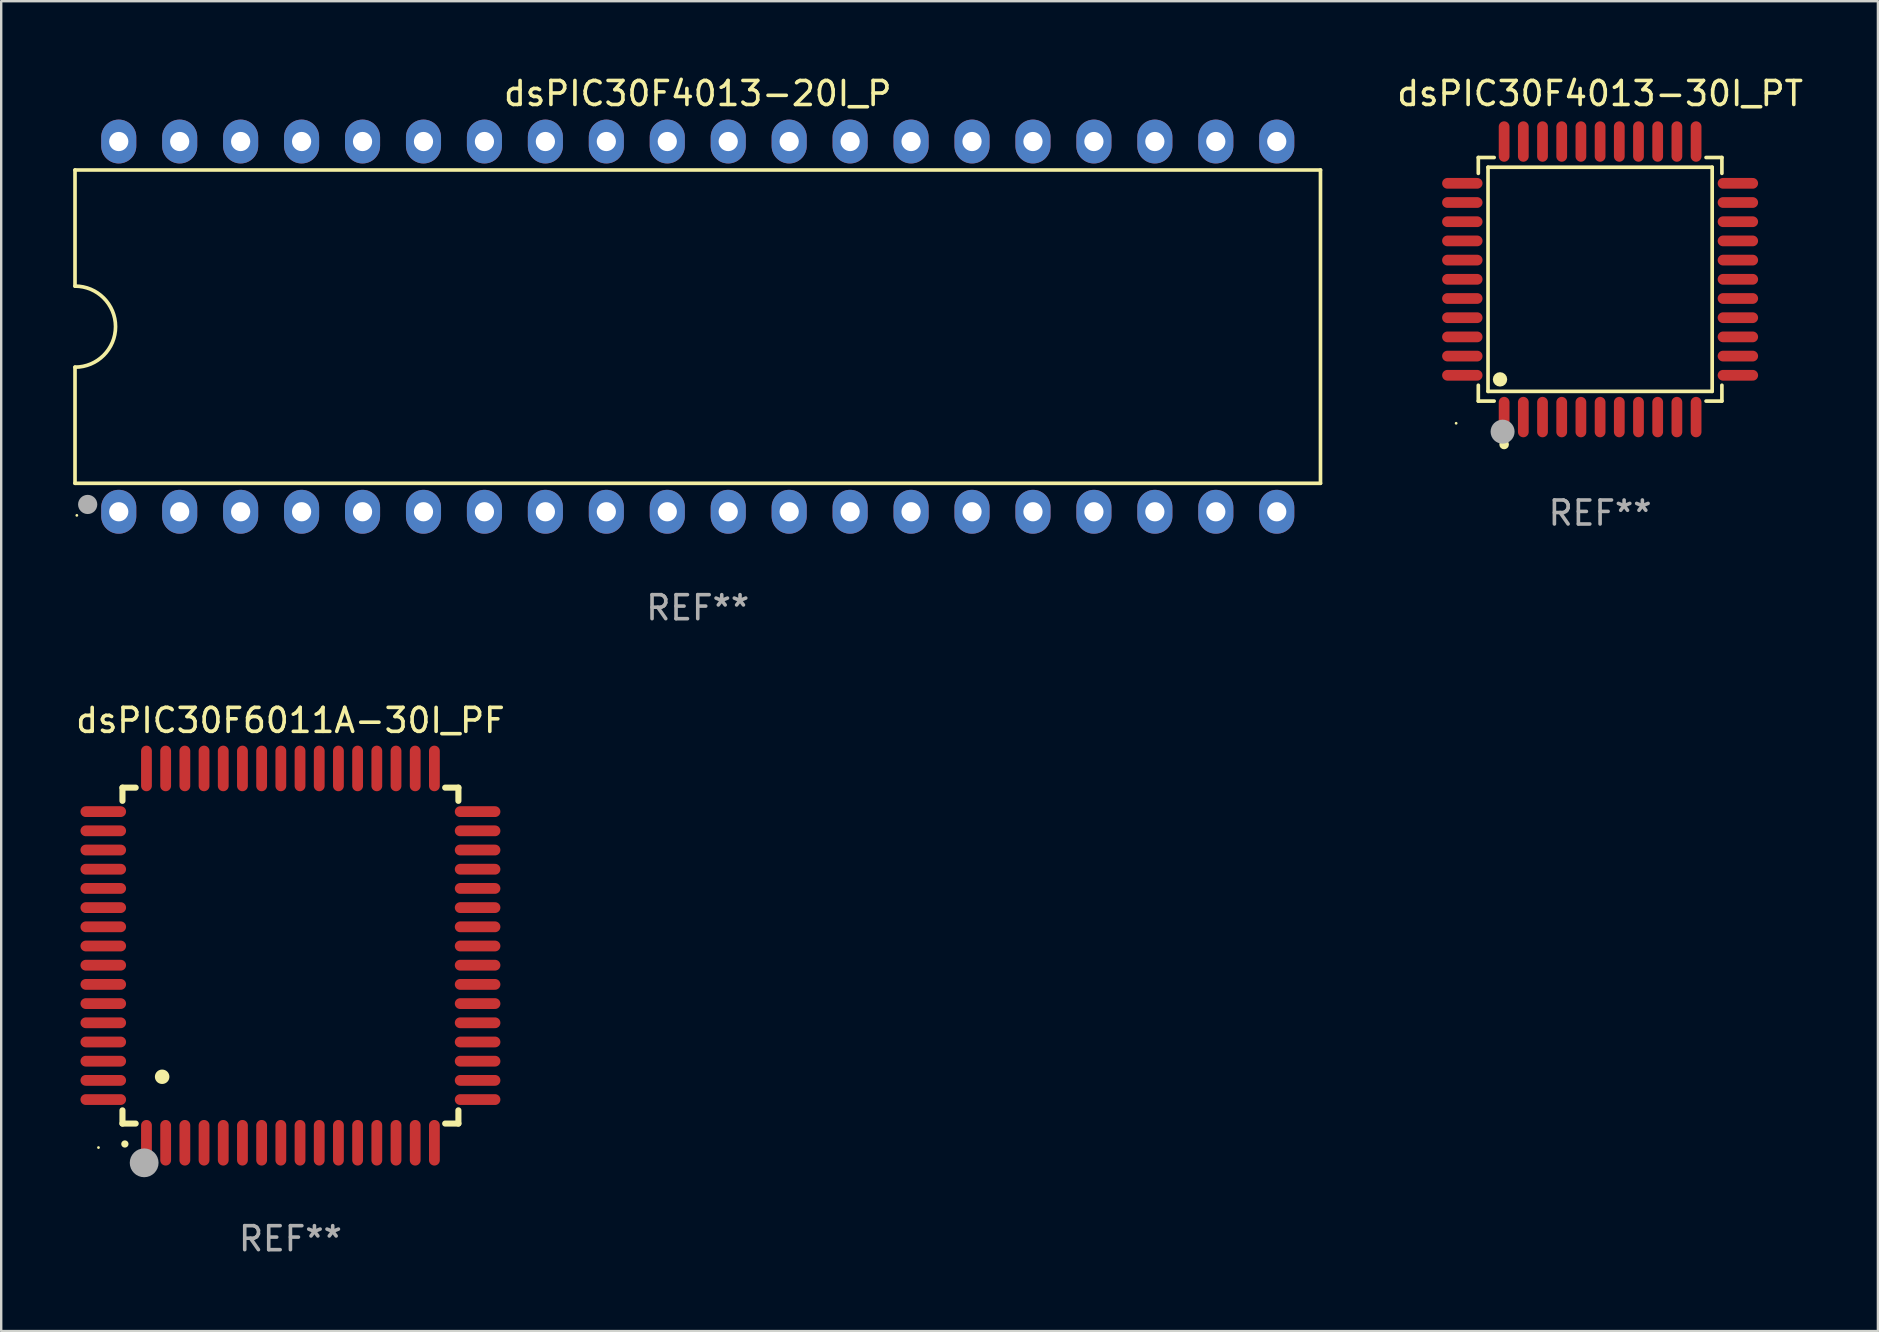
<source format=kicad_pcb>
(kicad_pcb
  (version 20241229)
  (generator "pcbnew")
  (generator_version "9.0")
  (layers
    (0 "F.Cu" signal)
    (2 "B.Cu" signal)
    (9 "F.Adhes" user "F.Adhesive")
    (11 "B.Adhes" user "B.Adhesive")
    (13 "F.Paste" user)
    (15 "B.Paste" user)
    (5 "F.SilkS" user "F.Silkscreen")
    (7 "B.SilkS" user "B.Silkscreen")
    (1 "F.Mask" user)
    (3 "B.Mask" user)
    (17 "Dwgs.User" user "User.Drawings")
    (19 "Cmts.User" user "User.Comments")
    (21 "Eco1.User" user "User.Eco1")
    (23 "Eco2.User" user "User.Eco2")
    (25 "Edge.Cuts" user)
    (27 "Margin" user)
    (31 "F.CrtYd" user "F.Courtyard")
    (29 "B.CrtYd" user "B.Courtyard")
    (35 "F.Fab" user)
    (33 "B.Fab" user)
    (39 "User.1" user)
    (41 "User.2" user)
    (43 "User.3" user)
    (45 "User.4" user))
  (footprint "dsPIC30F4013-20I_P"
    (layer "F.Cu")
    (at 26.029 10.563)
    (property "Reference" "dsPIC30F4013-20I_P" (at 0 -9.715 0) (layer "F.SilkS") (effects (font (size 1 1) (thickness 0.15))))
    (attr through_hole)
    (fp_line (start -25.953 -6.528) (end -25.953 -1.689) (stroke (width 0.152) (type solid)) (layer "F.SilkS"))
    (fp_line (start -25.953 1.689) (end -25.953 6.528) (stroke (width 0.152) (type solid)) (layer "F.SilkS"))
    (fp_line (start -25.953 6.528) (end 25.953 6.528) (stroke (width 0.152) (type solid)) (layer "F.SilkS"))
    (fp_line (start 25.953 -6.528) (end -25.953 -6.528) (stroke (width 0.152) (type solid)) (layer "F.SilkS"))
    (fp_line (start 25.953 6.528) (end 25.953 -6.528) (stroke (width 0.152) (type solid)) (layer "F.SilkS"))
    (fp_arc (start -25.9527 -1.689126) (mid -24.263574 0) (end -25.9527 1.689126) (stroke (width 0.1524) (type solid)) (layer "F.SilkS"))
    (fp_circle (center -25.877 7.865) (end -25.847 7.865) (stroke (width 0.06) (type solid)) (fill no) (layer "F.SilkS"))
    (fp_circle (center -25.435 7.41) (end -25.245 7.41) (stroke (width 0.15) (type solid)) (fill no) (layer "F.SilkS"))
    (fp_circle (center -25.425 7.41) (end -25.225 7.41) (stroke (width 0.4) (type solid)) (fill no) (layer "F.Fab"))
    (fp_text user "REF**" (at 0 11.715 0) (layer "F.Fab") (effects (font (size 1 1) (thickness 0.15))))
    (pad "1" thru_hole oval (at -24.13 7.715) (size 1.462 1.828) (drill 0.8) (layers "*.Cu" "*.Mask"))
    (pad "2" thru_hole oval (at -21.59 7.715) (size 1.462 1.828) (drill 0.8) (layers "*.Cu" "*.Mask"))
    (pad "3" thru_hole oval (at -19.05 7.715) (size 1.462 1.828) (drill 0.8) (layers "*.Cu" "*.Mask"))
    (pad "4" thru_hole oval (at -16.51 7.715) (size 1.462 1.828) (drill 0.8) (layers "*.Cu" "*.Mask"))
    (pad "5" thru_hole oval (at -13.97 7.715) (size 1.462 1.828) (drill 0.8) (layers "*.Cu" "*.Mask"))
    (pad "6" thru_hole oval (at -11.43 7.715) (size 1.462 1.828) (drill 0.8) (layers "*.Cu" "*.Mask"))
    (pad "7" thru_hole oval (at -8.89 7.715) (size 1.462 1.828) (drill 0.8) (layers "*.Cu" "*.Mask"))
    (pad "8" thru_hole oval (at -6.35 7.715) (size 1.462 1.828) (drill 0.8) (layers "*.Cu" "*.Mask"))
    (pad "9" thru_hole oval (at -3.81 7.715) (size 1.462 1.828) (drill 0.8) (layers "*.Cu" "*.Mask"))
    (pad "10" thru_hole oval (at -1.27 7.715) (size 1.462 1.828) (drill 0.8) (layers "*.Cu" "*.Mask"))
    (pad "11" thru_hole oval (at 1.27 7.715) (size 1.462 1.828) (drill 0.8) (layers "*.Cu" "*.Mask"))
    (pad "12" thru_hole oval (at 3.81 7.715) (size 1.462 1.828) (drill 0.8) (layers "*.Cu" "*.Mask"))
    (pad "13" thru_hole oval (at 6.35 7.715) (size 1.462 1.828) (drill 0.8) (layers "*.Cu" "*.Mask"))
    (pad "14" thru_hole oval (at 8.89 7.715) (size 1.462 1.828) (drill 0.8) (layers "*.Cu" "*.Mask"))
    (pad "15" thru_hole oval (at 11.43 7.715) (size 1.462 1.828) (drill 0.8) (layers "*.Cu" "*.Mask"))
    (pad "16" thru_hole oval (at 13.97 7.715) (size 1.462 1.828) (drill 0.8) (layers "*.Cu" "*.Mask"))
    (pad "17" thru_hole oval (at 16.51 7.715) (size 1.462 1.828) (drill 0.8) (layers "*.Cu" "*.Mask"))
    (pad "18" thru_hole oval (at 19.05 7.715) (size 1.462 1.828) (drill 0.8) (layers "*.Cu" "*.Mask"))
    (pad "19" thru_hole oval (at 21.59 7.715) (size 1.462 1.828) (drill 0.8) (layers "*.Cu" "*.Mask"))
    (pad "20" thru_hole oval (at 24.13 7.715) (size 1.462 1.828) (drill 0.8) (layers "*.Cu" "*.Mask"))
    (pad "21" thru_hole oval (at 24.13 -7.715) (size 1.462 1.828) (drill 0.8) (layers "*.Cu" "*.Mask"))
    (pad "22" thru_hole oval (at 21.59 -7.715) (size 1.462 1.828) (drill 0.8) (layers "*.Cu" "*.Mask"))
    (pad "23" thru_hole oval (at 19.05 -7.715) (size 1.462 1.828) (drill 0.8) (layers "*.Cu" "*.Mask"))
    (pad "24" thru_hole oval (at 16.51 -7.715) (size 1.462 1.828) (drill 0.8) (layers "*.Cu" "*.Mask"))
    (pad "25" thru_hole oval (at 13.97 -7.715) (size 1.462 1.828) (drill 0.8) (layers "*.Cu" "*.Mask"))
    (pad "26" thru_hole oval (at 11.43 -7.715) (size 1.462 1.828) (drill 0.8) (layers "*.Cu" "*.Mask"))
    (pad "27" thru_hole oval (at 8.89 -7.715) (size 1.462 1.828) (drill 0.8) (layers "*.Cu" "*.Mask"))
    (pad "28" thru_hole oval (at 6.35 -7.715) (size 1.462 1.828) (drill 0.8) (layers "*.Cu" "*.Mask"))
    (pad "29" thru_hole oval (at 3.81 -7.715) (size 1.462 1.828) (drill 0.8) (layers "*.Cu" "*.Mask"))
    (pad "30" thru_hole oval (at 1.27 -7.715) (size 1.462 1.828) (drill 0.8) (layers "*.Cu" "*.Mask"))
    (pad "31" thru_hole oval (at -1.27 -7.715) (size 1.462 1.828) (drill 0.8) (layers "*.Cu" "*.Mask"))
    (pad "32" thru_hole oval (at -3.81 -7.715) (size 1.462 1.828) (drill 0.8) (layers "*.Cu" "*.Mask"))
    (pad "33" thru_hole oval (at -6.35 -7.715) (size 1.462 1.828) (drill 0.8) (layers "*.Cu" "*.Mask"))
    (pad "34" thru_hole oval (at -8.89 -7.715) (size 1.462 1.828) (drill 0.8) (layers "*.Cu" "*.Mask"))
    (pad "35" thru_hole oval (at -11.43 -7.715) (size 1.462 1.828) (drill 0.8) (layers "*.Cu" "*.Mask"))
    (pad "36" thru_hole oval (at -13.97 -7.715) (size 1.462 1.828) (drill 0.8) (layers "*.Cu" "*.Mask"))
    (pad "37" thru_hole oval (at -16.51 -7.715) (size 1.462 1.828) (drill 0.8) (layers "*.Cu" "*.Mask"))
    (pad "38" thru_hole oval (at -19.05 -7.715) (size 1.462 1.828) (drill 0.8) (layers "*.Cu" "*.Mask"))
    (pad "39" thru_hole oval (at -21.59 -7.715) (size 1.462 1.828) (drill 0.8) (layers "*.Cu" "*.Mask"))
    (pad "40" thru_hole oval (at -24.13 -7.715) (size 1.462 1.828) (drill 0.8) (layers "*.Cu" "*.Mask")))
  (footprint "dsPIC30F6011A-30I_PF"
    (layer "F.Cu")
    (at 9.054 36.775)
    (property "Reference" "dsPIC30F6011A-30I_PF" (at 0 -9.8 0) (layer "F.SilkS") (effects (font (size 1 1) (thickness 0.15))))
    (attr through_hole)
    (fp_line (start -7 -7) (end -6.449 -7) (stroke (width 0.254) (type solid)) (layer "F.SilkS"))
    (fp_line (start -7 -6.449) (end -7 -7) (stroke (width 0.254) (type solid)) (layer "F.SilkS"))
    (fp_line (start -7 7) (end -7 6.449) (stroke (width 0.254) (type solid)) (layer "F.SilkS"))
    (fp_line (start -6.449 7) (end -7 7) (stroke (width 0.254) (type solid)) (layer "F.SilkS"))
    (fp_line (start 6.449 -7) (end 7 -7) (stroke (width 0.254) (type solid)) (layer "F.SilkS"))
    (fp_line (start 7 -7) (end 7 -6.449) (stroke (width 0.254) (type solid)) (layer "F.SilkS"))
    (fp_line (start 7 6.449) (end 7 7) (stroke (width 0.254) (type solid)) (layer "F.SilkS"))
    (fp_line (start 7 7) (end 6.449 7) (stroke (width 0.254) (type solid)) (layer "F.SilkS"))
    (fp_arc (start -6.901143 7.851207) (mid -6.899873 7.851202) (end -6.898603 7.851207) (stroke (width 0.3) (type solid)) (layer "F.SilkS"))
    (fp_arc (start -5.3492 5.049581) (mid -5.34666 5.04957) (end -5.34412 5.049581) (stroke (width 0.6) (type solid)) (layer "F.SilkS"))
    (fp_circle (center -8 8) (end -7.97 8) (stroke (width 0.06) (type solid)) (fill no) (layer "F.SilkS"))
    (fp_circle (center -6.096 8.636) (end -5.796 8.636) (stroke (width 0.6) (type solid)) (fill no) (layer "F.Fab"))
    (fp_text user "REF**" (at 0 11.8 0) (layer "F.Fab") (effects (font (size 1 1) (thickness 0.15))))
    (pad "1" smd oval (at -6 7.8 90) (size 1.9 0.45) (layers "F.Cu" "F.Mask" "F.Paste"))
    (pad "2" smd oval (at -5.2 7.8 90) (size 1.9 0.45) (layers "F.Cu" "F.Mask" "F.Paste"))
    (pad "3" smd oval (at -4.4 7.8 90) (size 1.9 0.45) (layers "F.Cu" "F.Mask" "F.Paste"))
    (pad "4" smd oval (at -3.6 7.8 90) (size 1.9 0.45) (layers "F.Cu" "F.Mask" "F.Paste"))
    (pad "5" smd oval (at -2.8 7.8 90) (size 1.9 0.45) (layers "F.Cu" "F.Mask" "F.Paste"))
    (pad "6" smd oval (at -2 7.8 90) (size 1.9 0.45) (layers "F.Cu" "F.Mask" "F.Paste"))
    (pad "7" smd oval (at -1.2 7.8 90) (size 1.9 0.45) (layers "F.Cu" "F.Mask" "F.Paste"))
    (pad "8" smd oval (at -0.4 7.8 90) (size 1.9 0.45) (layers "F.Cu" "F.Mask" "F.Paste"))
    (pad "9" smd oval (at 0.4 7.8 90) (size 1.9 0.45) (layers "F.Cu" "F.Mask" "F.Paste"))
    (pad "10" smd oval (at 1.2 7.8 90) (size 1.9 0.45) (layers "F.Cu" "F.Mask" "F.Paste"))
    (pad "11" smd oval (at 2 7.8 90) (size 1.9 0.45) (layers "F.Cu" "F.Mask" "F.Paste"))
    (pad "12" smd oval (at 2.8 7.8 90) (size 1.9 0.45) (layers "F.Cu" "F.Mask" "F.Paste"))
    (pad "13" smd oval (at 3.6 7.8 90) (size 1.9 0.45) (layers "F.Cu" "F.Mask" "F.Paste"))
    (pad "14" smd oval (at 4.4 7.8 90) (size 1.9 0.45) (layers "F.Cu" "F.Mask" "F.Paste"))
    (pad "15" smd oval (at 5.2 7.8 90) (size 1.9 0.45) (layers "F.Cu" "F.Mask" "F.Paste"))
    (pad "16" smd oval (at 6 7.8 90) (size 1.9 0.45) (layers "F.Cu" "F.Mask" "F.Paste"))
    (pad "17" smd oval (at 7.8 6 90) (size 0.45 1.9) (layers "F.Cu" "F.Mask" "F.Paste"))
    (pad "18" smd oval (at 7.8 5.2 90) (size 0.45 1.9) (layers "F.Cu" "F.Mask" "F.Paste"))
    (pad "19" smd oval (at 7.8 4.4 90) (size 0.45 1.9) (layers "F.Cu" "F.Mask" "F.Paste"))
    (pad "20" smd oval (at 7.8 3.6 90) (size 0.45 1.9) (layers "F.Cu" "F.Mask" "F.Paste"))
    (pad "21" smd oval (at 7.8 2.8 90) (size 0.45 1.9) (layers "F.Cu" "F.Mask" "F.Paste"))
    (pad "22" smd oval (at 7.8 2 90) (size 0.45 1.9) (layers "F.Cu" "F.Mask" "F.Paste"))
    (pad "23" smd oval (at 7.8 1.2 90) (size 0.45 1.9) (layers "F.Cu" "F.Mask" "F.Paste"))
    (pad "24" smd oval (at 7.8 0.4 90) (size 0.45 1.9) (layers "F.Cu" "F.Mask" "F.Paste"))
    (pad "25" smd oval (at 7.8 -0.4 90) (size 0.45 1.9) (layers "F.Cu" "F.Mask" "F.Paste"))
    (pad "26" smd oval (at 7.8 -1.2 90) (size 0.45 1.9) (layers "F.Cu" "F.Mask" "F.Paste"))
    (pad "27" smd oval (at 7.8 -2 90) (size 0.45 1.9) (layers "F.Cu" "F.Mask" "F.Paste"))
    (pad "28" smd oval (at 7.8 -2.8 90) (size 0.45 1.9) (layers "F.Cu" "F.Mask" "F.Paste"))
    (pad "29" smd oval (at 7.8 -3.6 90) (size 0.45 1.9) (layers "F.Cu" "F.Mask" "F.Paste"))
    (pad "30" smd oval (at 7.8 -4.4 90) (size 0.45 1.9) (layers "F.Cu" "F.Mask" "F.Paste"))
    (pad "31" smd oval (at 7.8 -5.2 90) (size 0.45 1.9) (layers "F.Cu" "F.Mask" "F.Paste"))
    (pad "32" smd oval (at 7.8 -6 90) (size 0.45 1.9) (layers "F.Cu" "F.Mask" "F.Paste"))
    (pad "33" smd oval (at 6 -7.8 90) (size 1.9 0.45) (layers "F.Cu" "F.Mask" "F.Paste"))
    (pad "34" smd oval (at 5.2 -7.8 90) (size 1.9 0.45) (layers "F.Cu" "F.Mask" "F.Paste"))
    (pad "35" smd oval (at 4.4 -7.8 90) (size 1.9 0.45) (layers "F.Cu" "F.Mask" "F.Paste"))
    (pad "36" smd oval (at 3.6 -7.8 90) (size 1.9 0.45) (layers "F.Cu" "F.Mask" "F.Paste"))
    (pad "37" smd oval (at 2.8 -7.8 90) (size 1.9 0.45) (layers "F.Cu" "F.Mask" "F.Paste"))
    (pad "38" smd oval (at 2 -7.8 90) (size 1.9 0.45) (layers "F.Cu" "F.Mask" "F.Paste"))
    (pad "39" smd oval (at 1.2 -7.8 90) (size 1.9 0.45) (layers "F.Cu" "F.Mask" "F.Paste"))
    (pad "40" smd oval (at 0.4 -7.8 90) (size 1.9 0.45) (layers "F.Cu" "F.Mask" "F.Paste"))
    (pad "41" smd oval (at -0.4 -7.8 90) (size 1.9 0.45) (layers "F.Cu" "F.Mask" "F.Paste"))
    (pad "42" smd oval (at -1.2 -7.8 90) (size 1.9 0.45) (layers "F.Cu" "F.Mask" "F.Paste"))
    (pad "43" smd oval (at -2 -7.8 90) (size 1.9 0.45) (layers "F.Cu" "F.Mask" "F.Paste"))
    (pad "44" smd oval (at -2.8 -7.8 90) (size 1.9 0.45) (layers "F.Cu" "F.Mask" "F.Paste"))
    (pad "45" smd oval (at -3.6 -7.8 90) (size 1.9 0.45) (layers "F.Cu" "F.Mask" "F.Paste"))
    (pad "46" smd oval (at -4.4 -7.8 90) (size 1.9 0.45) (layers "F.Cu" "F.Mask" "F.Paste"))
    (pad "47" smd oval (at -5.2 -7.8 90) (size 1.9 0.45) (layers "F.Cu" "F.Mask" "F.Paste"))
    (pad "48" smd oval (at -6 -7.8 90) (size 1.9 0.45) (layers "F.Cu" "F.Mask" "F.Paste"))
    (pad "49" smd oval (at -7.8 -6 90) (size 0.45 1.9) (layers "F.Cu" "F.Mask" "F.Paste"))
    (pad "50" smd oval (at -7.8 -5.2 90) (size 0.45 1.9) (layers "F.Cu" "F.Mask" "F.Paste"))
    (pad "51" smd oval (at -7.8 -4.4 90) (size 0.45 1.9) (layers "F.Cu" "F.Mask" "F.Paste"))
    (pad "52" smd oval (at -7.8 -3.6 90) (size 0.45 1.9) (layers "F.Cu" "F.Mask" "F.Paste"))
    (pad "53" smd oval (at -7.8 -2.8 90) (size 0.45 1.9) (layers "F.Cu" "F.Mask" "F.Paste"))
    (pad "54" smd oval (at -7.8 -2 90) (size 0.45 1.9) (layers "F.Cu" "F.Mask" "F.Paste"))
    (pad "55" smd oval (at -7.8 -1.2 90) (size 0.45 1.9) (layers "F.Cu" "F.Mask" "F.Paste"))
    (pad "56" smd oval (at -7.8 -0.4 90) (size 0.45 1.9) (layers "F.Cu" "F.Mask" "F.Paste"))
    (pad "57" smd oval (at -7.8 0.4 90) (size 0.45 1.9) (layers "F.Cu" "F.Mask" "F.Paste"))
    (pad "58" smd oval (at -7.8 1.2 90) (size 0.45 1.9) (layers "F.Cu" "F.Mask" "F.Paste"))
    (pad "59" smd oval (at -7.8 2 90) (size 0.45 1.9) (layers "F.Cu" "F.Mask" "F.Paste"))
    (pad "60" smd oval (at -7.8 2.8 90) (size 0.45 1.9) (layers "F.Cu" "F.Mask" "F.Paste"))
    (pad "61" smd oval (at -7.8 3.6 90) (size 0.45 1.9) (layers "F.Cu" "F.Mask" "F.Paste"))
    (pad "62" smd oval (at -7.8 4.4 90) (size 0.45 1.9) (layers "F.Cu" "F.Mask" "F.Paste"))
    (pad "63" smd oval (at -7.8 5.2 90) (size 0.45 1.9) (layers "F.Cu" "F.Mask" "F.Paste"))
    (pad "64" smd oval (at -7.8 6 90) (size 0.45 1.9) (layers "F.Cu" "F.Mask" "F.Paste")))
  (footprint "dsPIC30F4013-30I_PT"
    (layer "F.Cu")
    (at 63.635 8.59)
    (property "Reference" "dsPIC30F4013-30I_PT" (at 0 -7.742 0) (layer "F.SilkS") (effects (font (size 1 1) (thickness 0.15))))
    (attr through_hole)
    (fp_line (start -5.076 -5.076) (end -4.415 -5.076) (stroke (width 0.152) (type solid)) (layer "F.SilkS"))
    (fp_line (start -5.076 -4.415) (end -5.076 -5.076) (stroke (width 0.152) (type solid)) (layer "F.SilkS"))
    (fp_line (start -5.076 4.415) (end -5.076 5.076) (stroke (width 0.152) (type solid)) (layer "F.SilkS"))
    (fp_line (start -5.076 5.076) (end -4.415 5.076) (stroke (width 0.152) (type solid)) (layer "F.SilkS"))
    (fp_line (start -4.671 -4.671) (end 4.671 -4.671) (stroke (width 0.152) (type solid)) (layer "F.SilkS"))
    (fp_line (start -4.671 4.671) (end -4.671 -4.671) (stroke (width 0.152) (type solid)) (layer "F.SilkS"))
    (fp_line (start 4.671 -4.671) (end 4.671 4.671) (stroke (width 0.152) (type solid)) (layer "F.SilkS"))
    (fp_line (start 4.671 4.671) (end -4.671 4.671) (stroke (width 0.152) (type solid)) (layer "F.SilkS"))
    (fp_line (start 5.076 -5.076) (end 4.415 -5.076) (stroke (width 0.152) (type solid)) (layer "F.SilkS"))
    (fp_line (start 5.076 -4.415) (end 5.076 -5.076) (stroke (width 0.152) (type solid)) (layer "F.SilkS"))
    (fp_line (start 5.076 4.415) (end 5.076 5.076) (stroke (width 0.152) (type solid)) (layer "F.SilkS"))
    (fp_line (start 5.076 5.076) (end 4.415 5.076) (stroke (width 0.152) (type solid)) (layer "F.SilkS"))
    (fp_circle (center -6 6) (end -5.97 6) (stroke (width 0.06) (type solid)) (fill no) (layer "F.SilkS"))
    (fp_circle (center -4.171 4.171) (end -4.021 4.171) (stroke (width 0.3) (type solid)) (fill no) (layer "F.SilkS"))
    (fp_circle (center -4 6.884) (end -3.9 6.884) (stroke (width 0.2) (type solid)) (fill no) (layer "F.SilkS"))
    (fp_circle (center -4.064 6.35) (end -3.814 6.35) (stroke (width 0.5) (type solid)) (fill no) (layer "F.Fab"))
    (fp_text user "REF**" (at 0 9.742 0) (layer "F.Fab") (effects (font (size 1 1) (thickness 0.15))))
    (pad "1" smd oval (at -4 5.742) (size 0.448 1.684) (layers "F.Cu" "F.Mask" "F.Paste"))
    (pad "2" smd oval (at -3.2 5.742) (size 0.448 1.684) (layers "F.Cu" "F.Mask" "F.Paste"))
    (pad "3" smd oval (at -2.4 5.742) (size 0.448 1.684) (layers "F.Cu" "F.Mask" "F.Paste"))
    (pad "4" smd oval (at -1.6 5.742) (size 0.448 1.684) (layers "F.Cu" "F.Mask" "F.Paste"))
    (pad "5" smd oval (at -0.8 5.742) (size 0.448 1.684) (layers "F.Cu" "F.Mask" "F.Paste"))
    (pad "6" smd oval (at 0 5.742) (size 0.448 1.684) (layers "F.Cu" "F.Mask" "F.Paste"))
    (pad "7" smd oval (at 0.8 5.742) (size 0.448 1.684) (layers "F.Cu" "F.Mask" "F.Paste"))
    (pad "8" smd oval (at 1.6 5.742) (size 0.448 1.684) (layers "F.Cu" "F.Mask" "F.Paste"))
    (pad "9" smd oval (at 2.4 5.742) (size 0.448 1.684) (layers "F.Cu" "F.Mask" "F.Paste"))
    (pad "10" smd oval (at 3.2 5.742) (size 0.448 1.684) (layers "F.Cu" "F.Mask" "F.Paste"))
    (pad "11" smd oval (at 4 5.742) (size 0.448 1.684) (layers "F.Cu" "F.Mask" "F.Paste"))
    (pad "12" smd oval (at 5.742 4) (size 1.684 0.448) (layers "F.Cu" "F.Mask" "F.Paste"))
    (pad "13" smd oval (at 5.742 3.2) (size 1.684 0.448) (layers "F.Cu" "F.Mask" "F.Paste"))
    (pad "14" smd oval (at 5.742 2.4) (size 1.684 0.448) (layers "F.Cu" "F.Mask" "F.Paste"))
    (pad "15" smd oval (at 5.742 1.6) (size 1.684 0.448) (layers "F.Cu" "F.Mask" "F.Paste"))
    (pad "16" smd oval (at 5.742 0.8) (size 1.684 0.448) (layers "F.Cu" "F.Mask" "F.Paste"))
    (pad "17" smd oval (at 5.742 0) (size 1.684 0.448) (layers "F.Cu" "F.Mask" "F.Paste"))
    (pad "18" smd oval (at 5.742 -0.8) (size 1.684 0.448) (layers "F.Cu" "F.Mask" "F.Paste"))
    (pad "19" smd oval (at 5.742 -1.6) (size 1.684 0.448) (layers "F.Cu" "F.Mask" "F.Paste"))
    (pad "20" smd oval (at 5.742 -2.4) (size 1.684 0.448) (layers "F.Cu" "F.Mask" "F.Paste"))
    (pad "21" smd oval (at 5.742 -3.2) (size 1.684 0.448) (layers "F.Cu" "F.Mask" "F.Paste"))
    (pad "22" smd oval (at 5.742 -4) (size 1.684 0.448) (layers "F.Cu" "F.Mask" "F.Paste"))
    (pad "23" smd oval (at 4 -5.742) (size 0.448 1.684) (layers "F.Cu" "F.Mask" "F.Paste"))
    (pad "24" smd oval (at 3.2 -5.742) (size 0.448 1.684) (layers "F.Cu" "F.Mask" "F.Paste"))
    (pad "25" smd oval (at 2.4 -5.742) (size 0.448 1.684) (layers "F.Cu" "F.Mask" "F.Paste"))
    (pad "26" smd oval (at 1.6 -5.742) (size 0.448 1.684) (layers "F.Cu" "F.Mask" "F.Paste"))
    (pad "27" smd oval (at 0.8 -5.742) (size 0.448 1.684) (layers "F.Cu" "F.Mask" "F.Paste"))
    (pad "28" smd oval (at 0 -5.742) (size 0.448 1.684) (layers "F.Cu" "F.Mask" "F.Paste"))
    (pad "29" smd oval (at -0.8 -5.742) (size 0.448 1.684) (layers "F.Cu" "F.Mask" "F.Paste"))
    (pad "30" smd oval (at -1.6 -5.742) (size 0.448 1.684) (layers "F.Cu" "F.Mask" "F.Paste"))
    (pad "31" smd oval (at -2.4 -5.742) (size 0.448 1.684) (layers "F.Cu" "F.Mask" "F.Paste"))
    (pad "32" smd oval (at -3.2 -5.742) (size 0.448 1.684) (layers "F.Cu" "F.Mask" "F.Paste"))
    (pad "33" smd oval (at -4 -5.742) (size 0.448 1.684) (layers "F.Cu" "F.Mask" "F.Paste"))
    (pad "34" smd oval (at -5.742 -4) (size 1.684 0.448) (layers "F.Cu" "F.Mask" "F.Paste"))
    (pad "35" smd oval (at -5.742 -3.2) (size 1.684 0.448) (layers "F.Cu" "F.Mask" "F.Paste"))
    (pad "36" smd oval (at -5.742 -2.4) (size 1.684 0.448) (layers "F.Cu" "F.Mask" "F.Paste"))
    (pad "37" smd oval (at -5.742 -1.6) (size 1.684 0.448) (layers "F.Cu" "F.Mask" "F.Paste"))
    (pad "38" smd oval (at -5.742 -0.8) (size 1.684 0.448) (layers "F.Cu" "F.Mask" "F.Paste"))
    (pad "39" smd oval (at -5.742 0) (size 1.684 0.448) (layers "F.Cu" "F.Mask" "F.Paste"))
    (pad "40" smd oval (at -5.742 0.8) (size 1.684 0.448) (layers "F.Cu" "F.Mask" "F.Paste"))
    (pad "41" smd oval (at -5.742 1.6) (size 1.684 0.448) (layers "F.Cu" "F.Mask" "F.Paste"))
    (pad "42" smd oval (at -5.742 2.4) (size 1.684 0.448) (layers "F.Cu" "F.Mask" "F.Paste"))
    (pad "43" smd oval (at -5.742 3.2) (size 1.684 0.448) (layers "F.Cu" "F.Mask" "F.Paste"))
    (pad "44" smd oval (at -5.742 4) (size 1.684 0.448) (layers "F.Cu" "F.Mask" "F.Paste")))
  (gr_rect
    (start -3 -3)
    (end 75.213 52.423)
    (stroke (width 0.1) (type default))
    (fill no)
    (layer "Edge.Cuts")))
</source>
